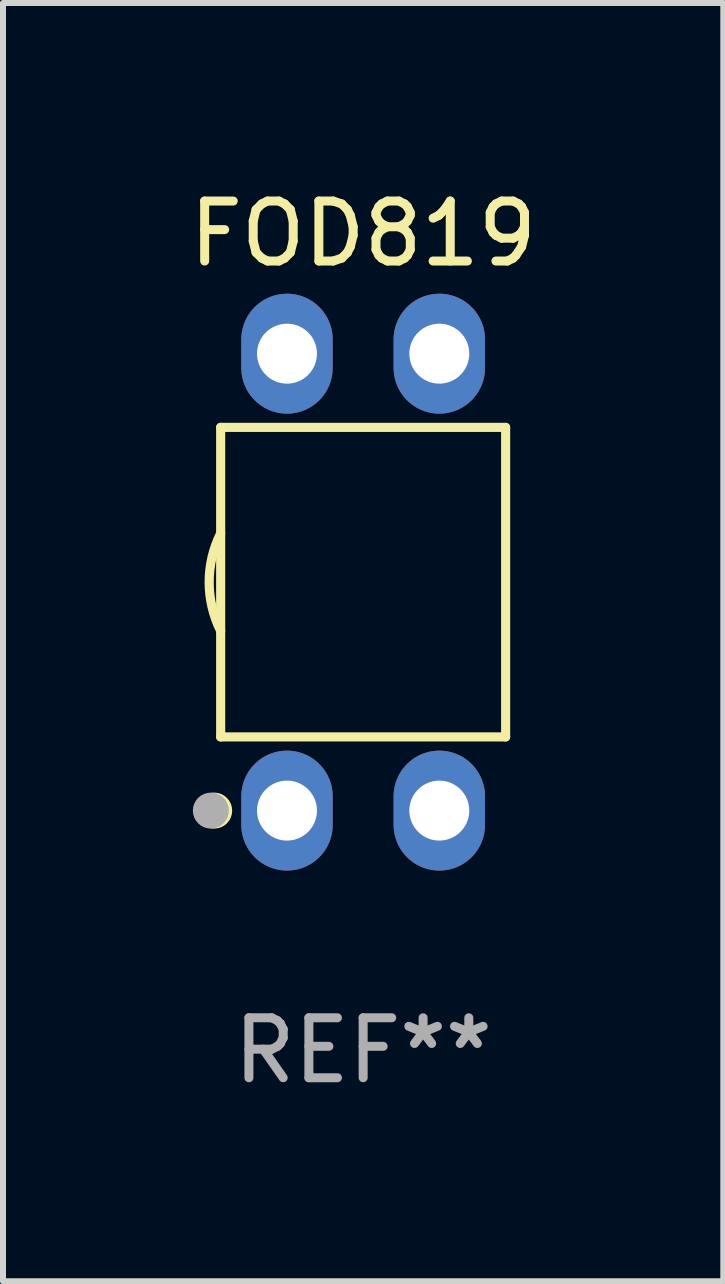
<source format=kicad_pcb>
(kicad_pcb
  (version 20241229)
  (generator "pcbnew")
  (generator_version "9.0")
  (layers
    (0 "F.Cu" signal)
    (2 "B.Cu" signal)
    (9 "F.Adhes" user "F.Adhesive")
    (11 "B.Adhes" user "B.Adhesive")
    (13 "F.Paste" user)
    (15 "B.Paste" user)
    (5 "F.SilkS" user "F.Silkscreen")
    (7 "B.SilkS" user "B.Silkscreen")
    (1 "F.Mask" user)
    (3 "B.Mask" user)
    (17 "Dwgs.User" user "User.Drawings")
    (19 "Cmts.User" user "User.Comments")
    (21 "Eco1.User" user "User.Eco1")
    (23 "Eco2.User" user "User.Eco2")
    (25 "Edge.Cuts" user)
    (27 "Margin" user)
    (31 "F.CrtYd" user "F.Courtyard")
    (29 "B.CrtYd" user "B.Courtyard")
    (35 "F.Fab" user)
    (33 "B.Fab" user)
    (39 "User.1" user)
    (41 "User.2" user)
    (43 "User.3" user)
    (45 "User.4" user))
  (footprint "FOD819"
    (layer "F.Cu")
    (at 3.006 6.658)
    (property "Reference" "FOD819" (at 0 -5.81 0) (layer "F.SilkS") (effects (font (size 1 1) (thickness 0.15))))
    (attr through_hole)
    (fp_line (start -2.376 -2.581) (end 2.376 -2.581) (stroke (width 0.152) (type solid)) (layer "F.SilkS"))
    (fp_line (start -2.376 2.581) (end -2.376 -2.581) (stroke (width 0.152) (type solid)) (layer "F.SilkS"))
    (fp_line (start 2.376 -2.581) (end 2.376 2.581) (stroke (width 0.152) (type solid)) (layer "F.SilkS"))
    (fp_line (start 2.376 2.581) (end -2.376 2.581) (stroke (width 0.152) (type solid)) (layer "F.SilkS"))
    (fp_arc (start -2.3762 0.812496) (mid -2.568004 0) (end -2.3762 -0.812497) (stroke (width 0.1524) (type solid)) (layer "F.SilkS"))
    (fp_circle (center -2.484 3.81) (end -2.334 3.81) (stroke (width 0.3) (type solid)) (fill no) (layer "F.SilkS"))
    (fp_circle (center -2.3 3.935) (end -2.27 3.935) (stroke (width 0.06) (type solid)) (fill no) (layer "F.SilkS"))
    (fp_circle (center -2.54 3.81) (end -2.39 3.81) (stroke (width 0.3) (type solid)) (fill no) (layer "F.Fab"))
    (fp_text user "REF**" (at 0 7.81 0) (layer "F.Fab") (effects (font (size 1 1) (thickness 0.15))))
    (pad "1" thru_hole oval (at -1.27 3.81) (size 1.524 2) (drill 1) (layers "*.Cu" "*.Mask"))
    (pad "2" thru_hole oval (at 1.27 3.81) (size 1.524 2) (drill 1) (layers "*.Cu" "*.Mask"))
    (pad "3" thru_hole oval (at 1.27 -3.81) (size 1.524 2) (drill 1) (layers "*.Cu" "*.Mask"))
    (pad "4" thru_hole oval (at -1.27 -3.81) (size 1.524 2) (drill 1) (layers "*.Cu" "*.Mask")))
  (gr_rect
    (start -3 -3)
    (end 9.012 18.317)
    (stroke (width 0.1) (type default))
    (fill no)
    (layer "Edge.Cuts")))
</source>
